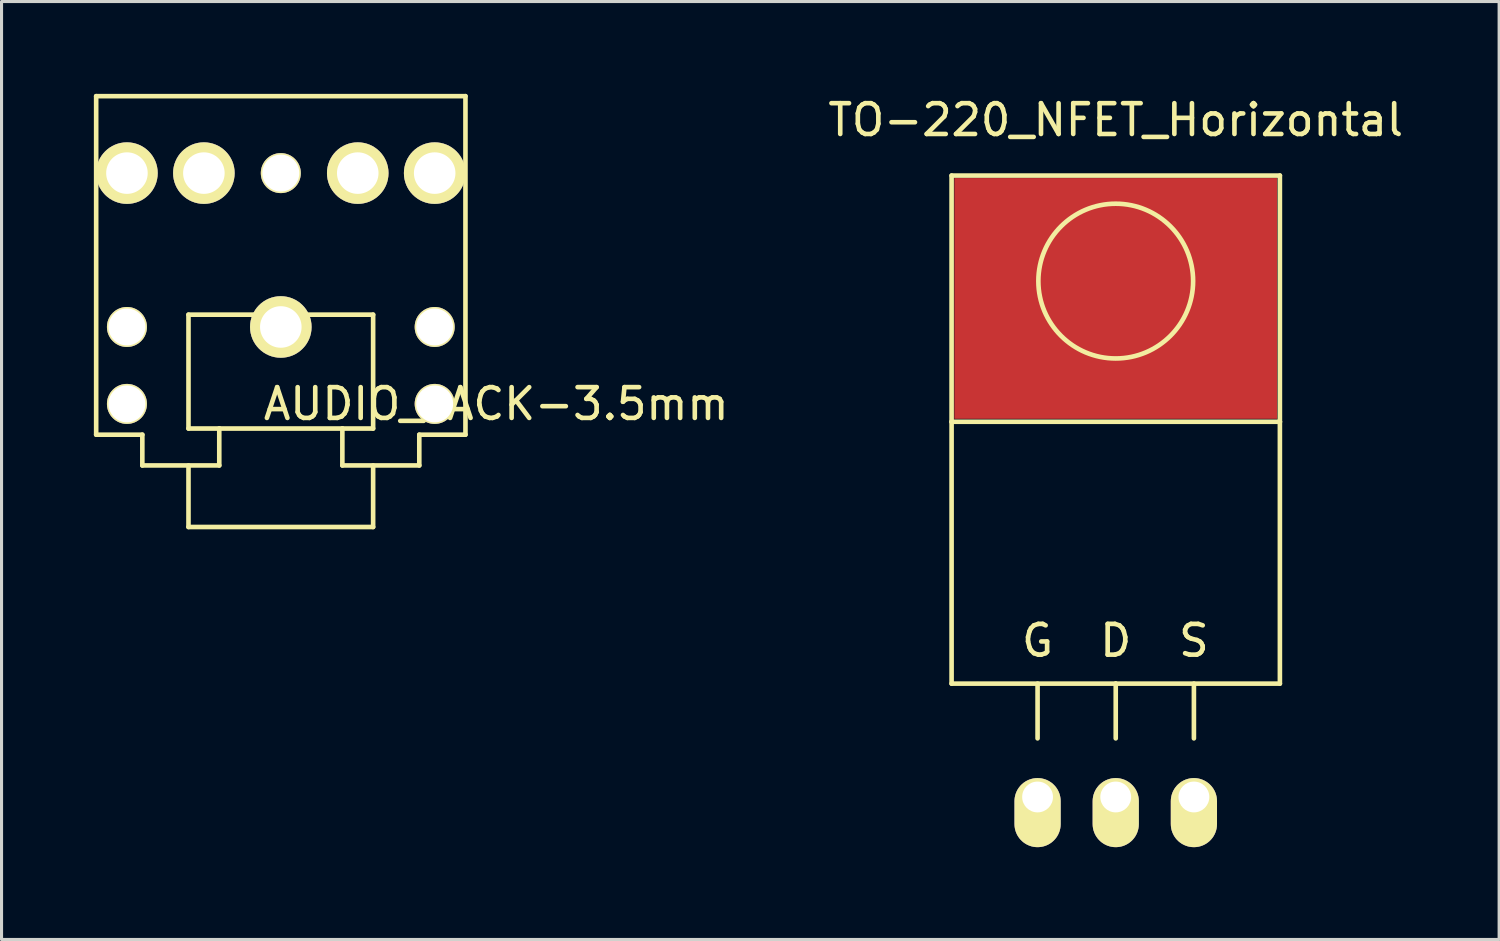
<source format=kicad_pcb>
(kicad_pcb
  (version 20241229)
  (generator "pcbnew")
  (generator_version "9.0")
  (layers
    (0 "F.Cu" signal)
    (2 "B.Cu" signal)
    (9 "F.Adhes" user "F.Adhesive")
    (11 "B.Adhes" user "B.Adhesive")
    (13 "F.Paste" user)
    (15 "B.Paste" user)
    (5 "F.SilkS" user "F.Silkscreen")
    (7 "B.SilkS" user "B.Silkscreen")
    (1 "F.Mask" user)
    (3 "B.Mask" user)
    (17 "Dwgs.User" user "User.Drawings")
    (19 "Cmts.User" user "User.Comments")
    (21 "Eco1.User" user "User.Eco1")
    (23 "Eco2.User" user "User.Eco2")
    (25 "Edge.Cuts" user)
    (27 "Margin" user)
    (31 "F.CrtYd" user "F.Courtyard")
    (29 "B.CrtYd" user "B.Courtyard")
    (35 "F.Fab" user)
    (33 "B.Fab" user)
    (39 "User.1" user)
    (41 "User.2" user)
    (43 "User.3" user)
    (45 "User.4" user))
  (footprint "AUDIO_JACK-3.5mm"
    (layer "F.Cu")
    (at 6.075 7.075)
    (property "Reference" "AUDIO_JACK-3.5mm" (at 7 3 0) (layer "F.SilkS") (effects (font (size 1 1) (thickness 0.15))))
    (attr through_hole)
    (fp_line (start -6 -7) (end 6 -7) (stroke (width 0.15) (type solid)) (layer "F.SilkS"))
    (fp_line (start -6 4) (end -6 -7) (stroke (width 0.15) (type solid)) (layer "F.SilkS"))
    (fp_line (start -4.5 4) (end -6 4) (stroke (width 0.15) (type solid)) (layer "F.SilkS"))
    (fp_line (start -4.5 4) (end -4.5 5) (stroke (width 0.15) (type solid)) (layer "F.SilkS"))
    (fp_line (start -4.5 5) (end -2 5) (stroke (width 0.15) (type solid)) (layer "F.SilkS"))
    (fp_line (start -3 0.1) (end -3 3.8) (stroke (width 0.15) (type solid)) (layer "F.SilkS"))
    (fp_line (start -3 0.1) (end -0.7 0.1) (stroke (width 0.15) (type solid)) (layer "F.SilkS"))
    (fp_line (start -3 3.8) (end -2 3.8) (stroke (width 0.15) (type solid)) (layer "F.SilkS"))
    (fp_line (start -3 7) (end -3 5) (stroke (width 0.15) (type solid)) (layer "F.SilkS"))
    (fp_line (start -3 7) (end 3 7) (stroke (width 0.15) (type solid)) (layer "F.SilkS"))
    (fp_line (start -2 3.8) (end 2 3.8) (stroke (width 0.15) (type solid)) (layer "F.SilkS"))
    (fp_line (start -2 5) (end -2 3.8) (stroke (width 0.15) (type solid)) (layer "F.SilkS"))
    (fp_line (start -0.75 0.1) (end 0.75 0.1) (stroke (width 0.15) (type solid)) (layer "F.SilkS"))
    (fp_line (start 2 5) (end 2 3.8) (stroke (width 0.15) (type solid)) (layer "F.SilkS"))
    (fp_line (start 2 5) (end 4.5 5) (stroke (width 0.15) (type solid)) (layer "F.SilkS"))
    (fp_line (start 3 0.1) (end 0.75 0.1) (stroke (width 0.15) (type solid)) (layer "F.SilkS"))
    (fp_line (start 3 0.1) (end 3 3.8) (stroke (width 0.15) (type solid)) (layer "F.SilkS"))
    (fp_line (start 3 3.8) (end 2 3.8) (stroke (width 0.15) (type solid)) (layer "F.SilkS"))
    (fp_line (start 3 7) (end 3 5) (stroke (width 0.15) (type solid)) (layer "F.SilkS"))
    (fp_line (start 4.5 4) (end 6 4) (stroke (width 0.15) (type solid)) (layer "F.SilkS"))
    (fp_line (start 4.5 5) (end 4.5 4) (stroke (width 0.15) (type solid)) (layer "F.SilkS"))
    (fp_line (start 6 4) (end 6 -7) (stroke (width 0.15) (type solid)) (layer "F.SilkS"))
    (pad "" np_thru_hole circle (at -5 0.5) (size 1.3 1.3) (drill 1.2) (layers "*.Cu" "*.Mask" "F.SilkS"))
    (pad "" np_thru_hole circle (at -5 3) (size 1.3 1.3) (drill 1.2) (layers "*.Cu" "*.Mask" "F.SilkS"))
    (pad "" np_thru_hole circle (at 0 -4.5) (size 1.3 1.3) (drill 1.2) (layers "*.Cu" "*.Mask" "F.SilkS"))
    (pad "" np_thru_hole circle (at 5 0.5) (size 1.3 1.3) (drill 1.2) (layers "*.Cu" "*.Mask" "F.SilkS"))
    (pad "" np_thru_hole circle (at 5 3) (size 1.3 1.3) (drill 1.2) (layers "*.Cu" "*.Mask" "F.SilkS"))
    (pad "1" thru_hole circle (at 0 0.5) (size 2 2) (drill 1.35) (layers "*.Cu" "*.Mask" "F.SilkS"))
    (pad "2" thru_hole circle (at -5 -4.5) (size 2 2) (drill 1.35) (layers "*.Cu" "*.Mask" "F.SilkS"))
    (pad "3" thru_hole circle (at 5 -4.5) (size 2 2) (drill 1.35) (layers "*.Cu" "*.Mask" "F.SilkS"))
    (pad "4" thru_hole circle (at -2.5 -4.5) (size 2 2) (drill 1.35) (layers "*.Cu" "*.Mask" "F.SilkS"))
    (pad "5" thru_hole circle (at 2.5 -4.5) (size 2 2) (drill 1.35) (layers "*.Cu" "*.Mask" "F.SilkS")))
  (footprint "TO-220_NFET_Horizontal"
    (layer "F.Cu")
    (at 33.206 22.848)
    (property "Reference" "TO-220_NFET_Horizontal" (at 0 -22 0) (layer "F.SilkS") (effects (font (size 1 1) (thickness 0.15))))
    (attr through_hole)
    (fp_line (start -5.334 -20.193) (end -5.334 -12.192) (stroke (width 0.15) (type solid)) (layer "F.SilkS"))
    (fp_line (start -5.334 -12.192) (end -5.334 -3.683) (stroke (width 0.15) (type solid)) (layer "F.SilkS"))
    (fp_line (start -2.54 -3.683) (end -2.54 -1.905) (stroke (width 0.15) (type solid)) (layer "F.SilkS"))
    (fp_line (start 0 -3.683) (end -5.334 -3.683) (stroke (width 0.15) (type solid)) (layer "F.SilkS"))
    (fp_line (start 0 -3.683) (end 0 -1.905) (stroke (width 0.15) (type solid)) (layer "F.SilkS"))
    (fp_line (start 0 -3.683) (end 5.334 -3.683) (stroke (width 0.15) (type solid)) (layer "F.SilkS"))
    (fp_line (start 2.54 -3.683) (end 2.54 -1.905) (stroke (width 0.15) (type solid)) (layer "F.SilkS"))
    (fp_line (start 5.334 -20.193) (end -5.334 -20.193) (stroke (width 0.15) (type solid)) (layer "F.SilkS"))
    (fp_line (start 5.334 -12.192) (end -5.334 -12.192) (stroke (width 0.15) (type solid)) (layer "F.SilkS"))
    (fp_line (start 5.334 -12.192) (end 5.334 -20.193) (stroke (width 0.15) (type solid)) (layer "F.SilkS"))
    (fp_line (start 5.334 -3.683) (end 5.334 -12.192) (stroke (width 0.15) (type solid)) (layer "F.SilkS"))
    (fp_circle (center 0 -16.764) (end 1.778 -14.986) (stroke (width 0.15) (type solid)) (fill no) (layer "F.SilkS"))
    (fp_text user "S" (at 2.54 -5.08 0) (layer "F.SilkS") (effects (font (size 1 1) (thickness 0.15))))
    (fp_text user "D" (at 0 -5.08 0) (layer "F.SilkS") (effects (font (size 1 1) (thickness 0.15))))
    (fp_text user "G" (at -2.54 -5.08 0) (layer "F.SilkS") (effects (font (size 1 1) (thickness 0.15))))
    (pad "" smd rect (at 0 -16.2) (size 10.49 7.823) (layers "F.Cu" "F.Mask" "F.Paste"))
    (pad "D" thru_hole oval (at 0 0 90) (size 2.245 1.501) (drill 1.001 (offset -0.508 0)) (layers "*.Cu" "*.Mask" "F.SilkS"))
    (pad "G" thru_hole oval (at -2.54 0 90) (size 2.245 1.501) (drill 1.001 (offset -0.508 0)) (layers "*.Cu" "*.Mask" "F.SilkS"))
    (pad "S" thru_hole oval (at 2.54 0 90) (size 2.245 1.501) (drill 1.001 (offset -0.508 0)) (layers "*.Cu" "*.Mask" "F.SilkS")))
  (gr_rect
    (start -3 -3)
    (end 45.664 27.479)
    (stroke (width 0.1) (type default))
    (fill no)
    (layer "Edge.Cuts")))
</source>
